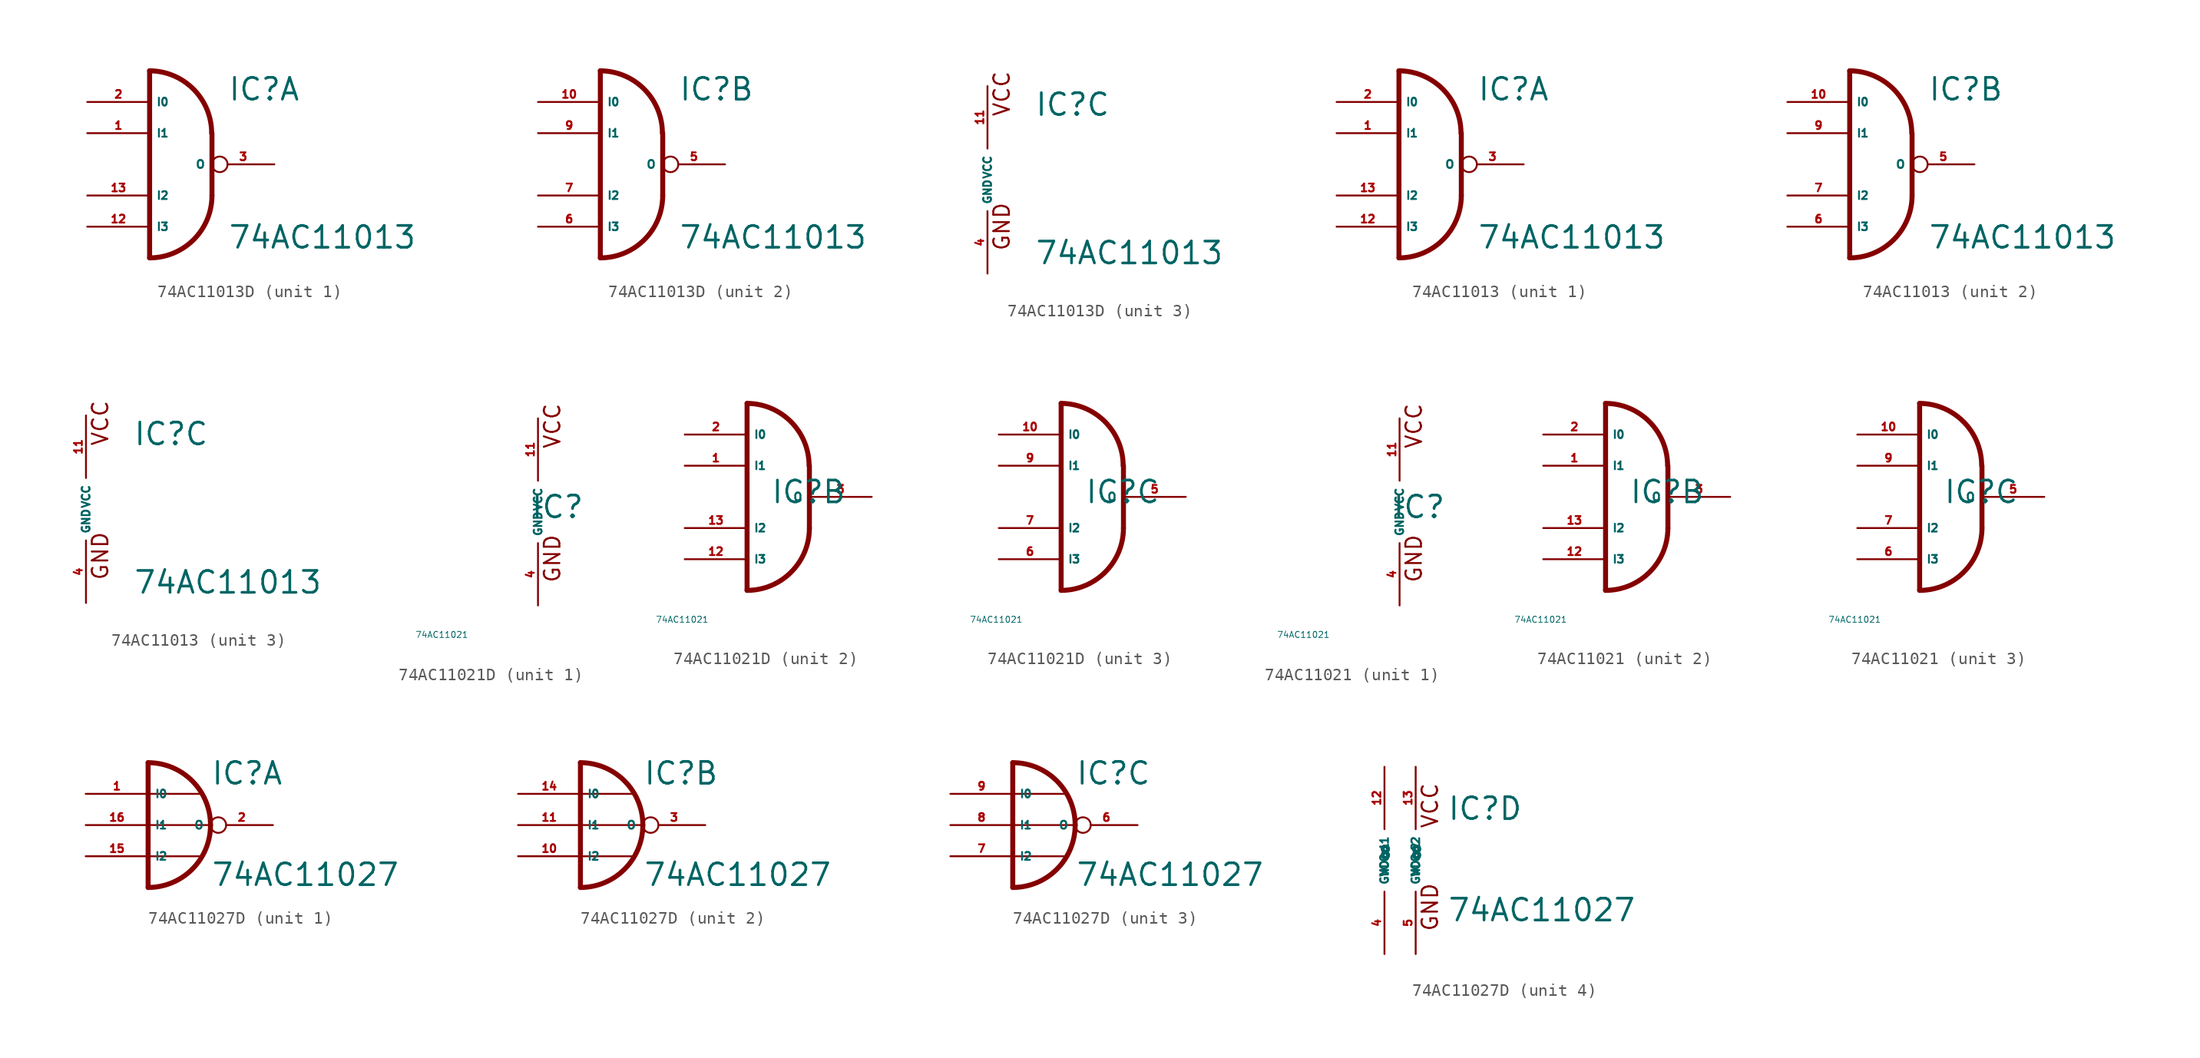
<source format=kicad_sym>
(kicad_symbol_lib
  (version 20220914)
  (generator Eagle2Kicad)
  (symbol "74AC11013D"
    (property "Reference" "IC"
      (at 3.81 5.08 0)
      (effects (font (size 1.778 1.778) (thickness 0.22)) (justify left bottom)))
    (property "Value" "74AC11013"
      (at 3.81 -6.985 0)
      (effects (font (size 1.778 1.778) (thickness 0.22)) (justify left bottom)))
    (symbol "74AC11013D_1_0"
      (polyline (pts (xy -2.54 7.62) (xy -2.54 -7.62)) (stroke (width 0.406) (type default)) (fill (type none)))
      (arc (start 2.5148 2.54) (mid 1.036 6.123) (end -2.54 7.62) (stroke (width 0.4064) (type default)) (fill (type none)))
      (arc (start -2.54 -7.62) (mid 1.052 -6.132) (end 2.54 -2.54) (stroke (width 0.4064) (type default)) (fill (type none)))
      (polyline (pts (xy 2.54 -2.54) (xy 2.54 2.54)) (stroke (width 0.406) (type default)) (fill (type none)))
      (pin input line (at -7.62 2.54 0) (length 5.08) (name "I1" (effects (font (size 0.635 0.635) (thickness 0.08)) (justify left bottom))) (number "1" (effects (font (size 0.635 0.635) (thickness 0.08)) (justify left bottom))))
      (pin input line (at -7.62 5.08 0) (length 5.08) (name "I0" (effects (font (size 0.635 0.635) (thickness 0.08)) (justify left bottom))) (number "2" (effects (font (size 0.635 0.635) (thickness 0.08)) (justify left bottom))))
      (pin output inverted (at 7.62 0 180) (length 5.08) (name "O" (effects (font (size 0.635 0.635) (thickness 0.08)) (justify left bottom))) (number "3" (effects (font (size 0.635 0.635) (thickness 0.08)) (justify left bottom))))
      (pin input line (at -7.62 -5.08 0) (length 5.08) (name "I3" (effects (font (size 0.635 0.635) (thickness 0.08)) (justify left bottom))) (number "12" (effects (font (size 0.635 0.635) (thickness 0.08)) (justify left bottom))))
      (pin input line (at -7.62 -2.54 0) (length 5.08) (name "I2" (effects (font (size 0.635 0.635) (thickness 0.08)) (justify left bottom))) (number "13" (effects (font (size 0.635 0.635) (thickness 0.08)) (justify left bottom)))))
    (symbol "74AC11013D_2_0"
      (polyline (pts (xy -2.54 7.62) (xy -2.54 -7.62)) (stroke (width 0.406) (type default)) (fill (type none)))
      (arc (start 2.5148 2.54) (mid 1.036 6.123) (end -2.54 7.62) (stroke (width 0.4064) (type default)) (fill (type none)))
      (arc (start -2.54 -7.62) (mid 1.052 -6.132) (end 2.54 -2.54) (stroke (width 0.4064) (type default)) (fill (type none)))
      (polyline (pts (xy 2.54 -2.54) (xy 2.54 2.54)) (stroke (width 0.406) (type default)) (fill (type none)))
      (pin input line (at -7.62 2.54 0) (length 5.08) (name "I1" (effects (font (size 0.635 0.635) (thickness 0.08)) (justify left bottom))) (number "9" (effects (font (size 0.635 0.635) (thickness 0.08)) (justify left bottom))))
      (pin input line (at -7.62 5.08 0) (length 5.08) (name "I0" (effects (font (size 0.635 0.635) (thickness 0.08)) (justify left bottom))) (number "10" (effects (font (size 0.635 0.635) (thickness 0.08)) (justify left bottom))))
      (pin output inverted (at 7.62 0 180) (length 5.08) (name "O" (effects (font (size 0.635 0.635) (thickness 0.08)) (justify left bottom))) (number "5" (effects (font (size 0.635 0.635) (thickness 0.08)) (justify left bottom))))
      (pin input line (at -7.62 -5.08 0) (length 5.08) (name "I3" (effects (font (size 0.635 0.635) (thickness 0.08)) (justify left bottom))) (number "6" (effects (font (size 0.635 0.635) (thickness 0.08)) (justify left bottom))))
      (pin input line (at -7.62 -2.54 0) (length 5.08) (name "I2" (effects (font (size 0.635 0.635) (thickness 0.08)) (justify left bottom))) (number "7" (effects (font (size 0.635 0.635) (thickness 0.08)) (justify left bottom)))))
    (symbol "74AC11013D_3_0"
      (text "GND" (at 1.905 -5.842 900) (effects (font (size 1.27 1.27) (thickness 0.16)) (justify left bottom)))
      (text "VCC" (at 1.905 5.08 900) (effects (font (size 1.27 1.27) (thickness 0.16)) (justify left bottom)))
      (pin unspecified line (at 0 -7.62 90) (length 5.08) (name "GND" (effects (font (size 0.635 0.635) (thickness 0.08)) (justify left bottom))) (number "4" (effects (font (size 0.635 0.635) (thickness 0.08)) (justify left bottom))))
      (pin unspecified line (at 0 7.62 270) (length 5.08) (name "VCC" (effects (font (size 0.635 0.635) (thickness 0.08)) (justify left bottom))) (number "11" (effects (font (size 0.635 0.635) (thickness 0.08)) (justify left bottom))))))
  (symbol "74AC11013"
    (property "Reference" "IC"
      (at 3.81 5.08 0)
      (effects (font (size 1.778 1.778) (thickness 0.22)) (justify left bottom)))
    (property "Value" "74AC11013"
      (at 3.81 -6.985 0)
      (effects (font (size 1.778 1.778) (thickness 0.22)) (justify left bottom)))
    (symbol "74AC11013_1_0"
      (polyline (pts (xy -2.54 7.62) (xy -2.54 -7.62)) (stroke (width 0.406) (type default)) (fill (type none)))
      (arc (start 2.5148 2.54) (mid 1.036 6.123) (end -2.54 7.62) (stroke (width 0.4064) (type default)) (fill (type none)))
      (arc (start -2.54 -7.62) (mid 1.052 -6.132) (end 2.54 -2.54) (stroke (width 0.4064) (type default)) (fill (type none)))
      (polyline (pts (xy 2.54 -2.54) (xy 2.54 2.54)) (stroke (width 0.406) (type default)) (fill (type none)))
      (pin input line (at -7.62 2.54 0) (length 5.08) (name "I1" (effects (font (size 0.635 0.635) (thickness 0.08)) (justify left bottom))) (number "1" (effects (font (size 0.635 0.635) (thickness 0.08)) (justify left bottom))))
      (pin input line (at -7.62 5.08 0) (length 5.08) (name "I0" (effects (font (size 0.635 0.635) (thickness 0.08)) (justify left bottom))) (number "2" (effects (font (size 0.635 0.635) (thickness 0.08)) (justify left bottom))))
      (pin output inverted (at 7.62 0 180) (length 5.08) (name "O" (effects (font (size 0.635 0.635) (thickness 0.08)) (justify left bottom))) (number "3" (effects (font (size 0.635 0.635) (thickness 0.08)) (justify left bottom))))
      (pin input line (at -7.62 -5.08 0) (length 5.08) (name "I3" (effects (font (size 0.635 0.635) (thickness 0.08)) (justify left bottom))) (number "12" (effects (font (size 0.635 0.635) (thickness 0.08)) (justify left bottom))))
      (pin input line (at -7.62 -2.54 0) (length 5.08) (name "I2" (effects (font (size 0.635 0.635) (thickness 0.08)) (justify left bottom))) (number "13" (effects (font (size 0.635 0.635) (thickness 0.08)) (justify left bottom)))))
    (symbol "74AC11013_2_0"
      (polyline (pts (xy -2.54 7.62) (xy -2.54 -7.62)) (stroke (width 0.406) (type default)) (fill (type none)))
      (arc (start 2.5148 2.54) (mid 1.036 6.123) (end -2.54 7.62) (stroke (width 0.4064) (type default)) (fill (type none)))
      (arc (start -2.54 -7.62) (mid 1.052 -6.132) (end 2.54 -2.54) (stroke (width 0.4064) (type default)) (fill (type none)))
      (polyline (pts (xy 2.54 -2.54) (xy 2.54 2.54)) (stroke (width 0.406) (type default)) (fill (type none)))
      (pin input line (at -7.62 2.54 0) (length 5.08) (name "I1" (effects (font (size 0.635 0.635) (thickness 0.08)) (justify left bottom))) (number "9" (effects (font (size 0.635 0.635) (thickness 0.08)) (justify left bottom))))
      (pin input line (at -7.62 5.08 0) (length 5.08) (name "I0" (effects (font (size 0.635 0.635) (thickness 0.08)) (justify left bottom))) (number "10" (effects (font (size 0.635 0.635) (thickness 0.08)) (justify left bottom))))
      (pin output inverted (at 7.62 0 180) (length 5.08) (name "O" (effects (font (size 0.635 0.635) (thickness 0.08)) (justify left bottom))) (number "5" (effects (font (size 0.635 0.635) (thickness 0.08)) (justify left bottom))))
      (pin input line (at -7.62 -5.08 0) (length 5.08) (name "I3" (effects (font (size 0.635 0.635) (thickness 0.08)) (justify left bottom))) (number "6" (effects (font (size 0.635 0.635) (thickness 0.08)) (justify left bottom))))
      (pin input line (at -7.62 -2.54 0) (length 5.08) (name "I2" (effects (font (size 0.635 0.635) (thickness 0.08)) (justify left bottom))) (number "7" (effects (font (size 0.635 0.635) (thickness 0.08)) (justify left bottom)))))
    (symbol "74AC11013_3_0"
      (text "GND" (at 1.905 -5.842 900) (effects (font (size 1.27 1.27) (thickness 0.16)) (justify left bottom)))
      (text "VCC" (at 1.905 5.08 900) (effects (font (size 1.27 1.27) (thickness 0.16)) (justify left bottom)))
      (pin unspecified line (at 0 -7.62 90) (length 5.08) (name "GND" (effects (font (size 0.635 0.635) (thickness 0.08)) (justify left bottom))) (number "4" (effects (font (size 0.635 0.635) (thickness 0.08)) (justify left bottom))))
      (pin unspecified line (at 0 7.62 270) (length 5.08) (name "VCC" (effects (font (size 0.635 0.635) (thickness 0.08)) (justify left bottom))) (number "11" (effects (font (size 0.635 0.635) (thickness 0.08)) (justify left bottom))))))
  (symbol "74AC11021D"
    (property "Reference" "IC"
      (at -0.635 -0.635 0)
      (effects (font (size 1.778 1.778) (thickness 0.22)) (justify left bottom)))
    (property "Value" "74AC11021"
      (at -10 -10 0)
      (effects (font (size 0.5 0.5) (thickness 0.06)) (justify left)))
    (symbol "74AC11021D_1_0"
      (text "GND" (at 1.905 -5.842 900) (effects (font (size 1.27 1.27) (thickness 0.16)) (justify left bottom)))
      (text "VCC" (at 1.905 5.08 900) (effects (font (size 1.27 1.27) (thickness 0.16)) (justify left bottom)))
      (pin unspecified line (at 0 -7.62 90) (length 5.08) (name "GND" (effects (font (size 0.635 0.635) (thickness 0.08)) (justify left bottom))) (number "4" (effects (font (size 0.635 0.635) (thickness 0.08)) (justify left bottom))))
      (pin unspecified line (at 0 7.62 270) (length 5.08) (name "VCC" (effects (font (size 0.635 0.635) (thickness 0.08)) (justify left bottom))) (number "11" (effects (font (size 0.635 0.635) (thickness 0.08)) (justify left bottom)))))
    (symbol "74AC11021D_2_0"
      (polyline (pts (xy -2.54 7.62) (xy -2.54 -7.62)) (stroke (width 0.406) (type default)) (fill (type none)))
      (arc (start 2.5148 2.54) (mid 1.036 6.123) (end -2.54 7.62) (stroke (width 0.4064) (type default)) (fill (type none)))
      (arc (start -2.54 -7.62) (mid 1.052 -6.132) (end 2.54 -2.54) (stroke (width 0.4064) (type default)) (fill (type none)))
      (polyline (pts (xy 2.54 -2.54) (xy 2.54 2.54)) (stroke (width 0.406) (type default)) (fill (type none)))
      (pin input line (at -7.62 2.54 0) (length 5.08) (name "I1" (effects (font (size 0.635 0.635) (thickness 0.08)) (justify left bottom))) (number "1" (effects (font (size 0.635 0.635) (thickness 0.08)) (justify left bottom))))
      (pin input line (at -7.62 5.08 0) (length 5.08) (name "I0" (effects (font (size 0.635 0.635) (thickness 0.08)) (justify left bottom))) (number "2" (effects (font (size 0.635 0.635) (thickness 0.08)) (justify left bottom))))
      (pin output line (at 7.62 0 180) (length 5.08) (name "O" (effects (font (size 0.635 0.635) (thickness 0.08)) (justify left bottom))) (number "3" (effects (font (size 0.635 0.635) (thickness 0.08)) (justify left bottom))))
      (pin input line (at -7.62 -5.08 0) (length 5.08) (name "I3" (effects (font (size 0.635 0.635) (thickness 0.08)) (justify left bottom))) (number "12" (effects (font (size 0.635 0.635) (thickness 0.08)) (justify left bottom))))
      (pin input line (at -7.62 -2.54 0) (length 5.08) (name "I2" (effects (font (size 0.635 0.635) (thickness 0.08)) (justify left bottom))) (number "13" (effects (font (size 0.635 0.635) (thickness 0.08)) (justify left bottom)))))
    (symbol "74AC11021D_3_0"
      (polyline (pts (xy -2.54 7.62) (xy -2.54 -7.62)) (stroke (width 0.406) (type default)) (fill (type none)))
      (arc (start 2.5148 2.54) (mid 1.036 6.123) (end -2.54 7.62) (stroke (width 0.4064) (type default)) (fill (type none)))
      (arc (start -2.54 -7.62) (mid 1.052 -6.132) (end 2.54 -2.54) (stroke (width 0.4064) (type default)) (fill (type none)))
      (polyline (pts (xy 2.54 -2.54) (xy 2.54 2.54)) (stroke (width 0.406) (type default)) (fill (type none)))
      (pin input line (at -7.62 2.54 0) (length 5.08) (name "I1" (effects (font (size 0.635 0.635) (thickness 0.08)) (justify left bottom))) (number "9" (effects (font (size 0.635 0.635) (thickness 0.08)) (justify left bottom))))
      (pin input line (at -7.62 5.08 0) (length 5.08) (name "I0" (effects (font (size 0.635 0.635) (thickness 0.08)) (justify left bottom))) (number "10" (effects (font (size 0.635 0.635) (thickness 0.08)) (justify left bottom))))
      (pin output line (at 7.62 0 180) (length 5.08) (name "O" (effects (font (size 0.635 0.635) (thickness 0.08)) (justify left bottom))) (number "5" (effects (font (size 0.635 0.635) (thickness 0.08)) (justify left bottom))))
      (pin input line (at -7.62 -5.08 0) (length 5.08) (name "I3" (effects (font (size 0.635 0.635) (thickness 0.08)) (justify left bottom))) (number "6" (effects (font (size 0.635 0.635) (thickness 0.08)) (justify left bottom))))
      (pin input line (at -7.62 -2.54 0) (length 5.08) (name "I2" (effects (font (size 0.635 0.635) (thickness 0.08)) (justify left bottom))) (number "7" (effects (font (size 0.635 0.635) (thickness 0.08)) (justify left bottom))))))
  (symbol "74AC11021"
    (property "Reference" "IC"
      (at -0.635 -0.635 0)
      (effects (font (size 1.778 1.778) (thickness 0.22)) (justify left bottom)))
    (property "Value" "74AC11021"
      (at -10 -10 0)
      (effects (font (size 0.5 0.5) (thickness 0.06)) (justify left)))
    (symbol "74AC11021_1_0"
      (text "GND" (at 1.905 -5.842 900) (effects (font (size 1.27 1.27) (thickness 0.16)) (justify left bottom)))
      (text "VCC" (at 1.905 5.08 900) (effects (font (size 1.27 1.27) (thickness 0.16)) (justify left bottom)))
      (pin unspecified line (at 0 -7.62 90) (length 5.08) (name "GND" (effects (font (size 0.635 0.635) (thickness 0.08)) (justify left bottom))) (number "4" (effects (font (size 0.635 0.635) (thickness 0.08)) (justify left bottom))))
      (pin unspecified line (at 0 7.62 270) (length 5.08) (name "VCC" (effects (font (size 0.635 0.635) (thickness 0.08)) (justify left bottom))) (number "11" (effects (font (size 0.635 0.635) (thickness 0.08)) (justify left bottom)))))
    (symbol "74AC11021_2_0"
      (polyline (pts (xy -2.54 7.62) (xy -2.54 -7.62)) (stroke (width 0.406) (type default)) (fill (type none)))
      (arc (start 2.5148 2.54) (mid 1.036 6.123) (end -2.54 7.62) (stroke (width 0.4064) (type default)) (fill (type none)))
      (arc (start -2.54 -7.62) (mid 1.052 -6.132) (end 2.54 -2.54) (stroke (width 0.4064) (type default)) (fill (type none)))
      (polyline (pts (xy 2.54 -2.54) (xy 2.54 2.54)) (stroke (width 0.406) (type default)) (fill (type none)))
      (pin input line (at -7.62 2.54 0) (length 5.08) (name "I1" (effects (font (size 0.635 0.635) (thickness 0.08)) (justify left bottom))) (number "1" (effects (font (size 0.635 0.635) (thickness 0.08)) (justify left bottom))))
      (pin input line (at -7.62 5.08 0) (length 5.08) (name "I0" (effects (font (size 0.635 0.635) (thickness 0.08)) (justify left bottom))) (number "2" (effects (font (size 0.635 0.635) (thickness 0.08)) (justify left bottom))))
      (pin output line (at 7.62 0 180) (length 5.08) (name "O" (effects (font (size 0.635 0.635) (thickness 0.08)) (justify left bottom))) (number "3" (effects (font (size 0.635 0.635) (thickness 0.08)) (justify left bottom))))
      (pin input line (at -7.62 -5.08 0) (length 5.08) (name "I3" (effects (font (size 0.635 0.635) (thickness 0.08)) (justify left bottom))) (number "12" (effects (font (size 0.635 0.635) (thickness 0.08)) (justify left bottom))))
      (pin input line (at -7.62 -2.54 0) (length 5.08) (name "I2" (effects (font (size 0.635 0.635) (thickness 0.08)) (justify left bottom))) (number "13" (effects (font (size 0.635 0.635) (thickness 0.08)) (justify left bottom)))))
    (symbol "74AC11021_3_0"
      (polyline (pts (xy -2.54 7.62) (xy -2.54 -7.62)) (stroke (width 0.406) (type default)) (fill (type none)))
      (arc (start 2.5148 2.54) (mid 1.036 6.123) (end -2.54 7.62) (stroke (width 0.4064) (type default)) (fill (type none)))
      (arc (start -2.54 -7.62) (mid 1.052 -6.132) (end 2.54 -2.54) (stroke (width 0.4064) (type default)) (fill (type none)))
      (polyline (pts (xy 2.54 -2.54) (xy 2.54 2.54)) (stroke (width 0.406) (type default)) (fill (type none)))
      (pin input line (at -7.62 2.54 0) (length 5.08) (name "I1" (effects (font (size 0.635 0.635) (thickness 0.08)) (justify left bottom))) (number "9" (effects (font (size 0.635 0.635) (thickness 0.08)) (justify left bottom))))
      (pin input line (at -7.62 5.08 0) (length 5.08) (name "I0" (effects (font (size 0.635 0.635) (thickness 0.08)) (justify left bottom))) (number "10" (effects (font (size 0.635 0.635) (thickness 0.08)) (justify left bottom))))
      (pin output line (at 7.62 0 180) (length 5.08) (name "O" (effects (font (size 0.635 0.635) (thickness 0.08)) (justify left bottom))) (number "5" (effects (font (size 0.635 0.635) (thickness 0.08)) (justify left bottom))))
      (pin input line (at -7.62 -5.08 0) (length 5.08) (name "I3" (effects (font (size 0.635 0.635) (thickness 0.08)) (justify left bottom))) (number "6" (effects (font (size 0.635 0.635) (thickness 0.08)) (justify left bottom))))
      (pin input line (at -7.62 -2.54 0) (length 5.08) (name "I2" (effects (font (size 0.635 0.635) (thickness 0.08)) (justify left bottom))) (number "7" (effects (font (size 0.635 0.635) (thickness 0.08)) (justify left bottom))))))
  (symbol "74AC11027D"
    (property "Reference" "IC"
      (at 2.54 3.175 0)
      (effects (font (size 1.778 1.778) (thickness 0.22)) (justify left bottom)))
    (property "Value" "74AC11027"
      (at 2.54 -5.08 0)
      (effects (font (size 1.778 1.778) (thickness 0.22)) (justify left bottom)))
    (symbol "74AC11027D_1_0"
      (arc (start 2.54 0) (mid 1.052 3.592) (end -2.54 5.08) (stroke (width 0.4064) (type default)) (fill (type none)))
      (arc (start -2.54 -5.08) (mid 1.052 -3.592) (end 2.54 0) (stroke (width 0.4064) (type default)) (fill (type none)))
      (polyline (pts (xy -2.54 2.54) (xy 1.905 2.54)) (stroke (width 0.152) (type default)) (fill (type none)))
      (polyline (pts (xy -2.54 -2.54) (xy 1.905 -2.54)) (stroke (width 0.152) (type default)) (fill (type none)))
      (polyline (pts (xy -2.54 0) (xy 2.54 0)) (stroke (width 0.152) (type default)) (fill (type none)))
      (polyline (pts (xy 2.54 -0.635) (xy 2.54 0)) (stroke (width 0.152) (type default)) (fill (type none)))
      (polyline (pts (xy -2.54 5.08) (xy -2.54 -5.08)) (stroke (width 0.406) (type default)) (fill (type none)))
      (pin input line (at -7.62 2.54 0) (length 5.08) (name "I0" (effects (font (size 0.635 0.635) (thickness 0.08)) (justify left bottom))) (number "1" (effects (font (size 0.635 0.635) (thickness 0.08)) (justify left bottom))))
      (pin output inverted (at 7.62 0 180) (length 5.08) (name "O" (effects (font (size 0.635 0.635) (thickness 0.08)) (justify left bottom))) (number "2" (effects (font (size 0.635 0.635) (thickness 0.08)) (justify left bottom))))
      (pin input line (at -7.62 -2.54 0) (length 5.08) (name "I2" (effects (font (size 0.635 0.635) (thickness 0.08)) (justify left bottom))) (number "15" (effects (font (size 0.635 0.635) (thickness 0.08)) (justify left bottom))))
      (pin input line (at -7.62 0 0) (length 5.08) (name "I1" (effects (font (size 0.635 0.635) (thickness 0.08)) (justify left bottom))) (number "16" (effects (font (size 0.635 0.635) (thickness 0.08)) (justify left bottom)))))
    (symbol "74AC11027D_2_0"
      (arc (start 2.54 0) (mid 1.052 3.592) (end -2.54 5.08) (stroke (width 0.4064) (type default)) (fill (type none)))
      (arc (start -2.54 -5.08) (mid 1.052 -3.592) (end 2.54 0) (stroke (width 0.4064) (type default)) (fill (type none)))
      (polyline (pts (xy -2.54 2.54) (xy 1.905 2.54)) (stroke (width 0.152) (type default)) (fill (type none)))
      (polyline (pts (xy -2.54 -2.54) (xy 1.905 -2.54)) (stroke (width 0.152) (type default)) (fill (type none)))
      (polyline (pts (xy -2.54 0) (xy 2.54 0)) (stroke (width 0.152) (type default)) (fill (type none)))
      (polyline (pts (xy 2.54 -0.635) (xy 2.54 0)) (stroke (width 0.152) (type default)) (fill (type none)))
      (polyline (pts (xy -2.54 5.08) (xy -2.54 -5.08)) (stroke (width 0.406) (type default)) (fill (type none)))
      (pin input line (at -7.62 2.54 0) (length 5.08) (name "I0" (effects (font (size 0.635 0.635) (thickness 0.08)) (justify left bottom))) (number "14" (effects (font (size 0.635 0.635) (thickness 0.08)) (justify left bottom))))
      (pin output inverted (at 7.62 0 180) (length 5.08) (name "O" (effects (font (size 0.635 0.635) (thickness 0.08)) (justify left bottom))) (number "3" (effects (font (size 0.635 0.635) (thickness 0.08)) (justify left bottom))))
      (pin input line (at -7.62 -2.54 0) (length 5.08) (name "I2" (effects (font (size 0.635 0.635) (thickness 0.08)) (justify left bottom))) (number "10" (effects (font (size 0.635 0.635) (thickness 0.08)) (justify left bottom))))
      (pin input line (at -7.62 0 0) (length 5.08) (name "I1" (effects (font (size 0.635 0.635) (thickness 0.08)) (justify left bottom))) (number "11" (effects (font (size 0.635 0.635) (thickness 0.08)) (justify left bottom)))))
    (symbol "74AC11027D_3_0"
      (arc (start 2.54 0) (mid 1.052 3.592) (end -2.54 5.08) (stroke (width 0.4064) (type default)) (fill (type none)))
      (arc (start -2.54 -5.08) (mid 1.052 -3.592) (end 2.54 0) (stroke (width 0.4064) (type default)) (fill (type none)))
      (polyline (pts (xy -2.54 2.54) (xy 1.905 2.54)) (stroke (width 0.152) (type default)) (fill (type none)))
      (polyline (pts (xy -2.54 -2.54) (xy 1.905 -2.54)) (stroke (width 0.152) (type default)) (fill (type none)))
      (polyline (pts (xy -2.54 0) (xy 2.54 0)) (stroke (width 0.152) (type default)) (fill (type none)))
      (polyline (pts (xy 2.54 -0.635) (xy 2.54 0)) (stroke (width 0.152) (type default)) (fill (type none)))
      (polyline (pts (xy -2.54 5.08) (xy -2.54 -5.08)) (stroke (width 0.406) (type default)) (fill (type none)))
      (pin input line (at -7.62 2.54 0) (length 5.08) (name "I0" (effects (font (size 0.635 0.635) (thickness 0.08)) (justify left bottom))) (number "9" (effects (font (size 0.635 0.635) (thickness 0.08)) (justify left bottom))))
      (pin output inverted (at 7.62 0 180) (length 5.08) (name "O" (effects (font (size 0.635 0.635) (thickness 0.08)) (justify left bottom))) (number "6" (effects (font (size 0.635 0.635) (thickness 0.08)) (justify left bottom))))
      (pin input line (at -7.62 -2.54 0) (length 5.08) (name "I2" (effects (font (size 0.635 0.635) (thickness 0.08)) (justify left bottom))) (number "7" (effects (font (size 0.635 0.635) (thickness 0.08)) (justify left bottom))))
      (pin input line (at -7.62 0 0) (length 5.08) (name "I1" (effects (font (size 0.635 0.635) (thickness 0.08)) (justify left bottom))) (number "8" (effects (font (size 0.635 0.635) (thickness 0.08)) (justify left bottom)))))
    (symbol "74AC11027D_4_0"
      (text "VCC" (at 1.905 2.54 900) (effects (font (size 1.27 1.27) (thickness 0.16)) (justify left bottom)))
      (text "GND" (at 1.905 -5.842 900) (effects (font (size 1.27 1.27) (thickness 0.16)) (justify left bottom)))
      (pin unspecified line (at -2.54 -7.62 90) (length 5.08) (name "GND@1" (effects (font (size 0.635 0.635) (thickness 0.08)) (justify left bottom))) (number "4" (effects (font (size 0.635 0.635) (thickness 0.08)) (justify left bottom))))
      (pin unspecified line (at 0 -7.62 90) (length 5.08) (name "GND@2" (effects (font (size 0.635 0.635) (thickness 0.08)) (justify left bottom))) (number "5" (effects (font (size 0.635 0.635) (thickness 0.08)) (justify left bottom))))
      (pin unspecified line (at -2.54 7.62 270) (length 5.08) (name "VCC@1" (effects (font (size 0.635 0.635) (thickness 0.08)) (justify left bottom))) (number "12" (effects (font (size 0.635 0.635) (thickness 0.08)) (justify left bottom))))
      (pin unspecified line (at 0 7.62 270) (length 5.08) (name "VCC@2" (effects (font (size 0.635 0.635) (thickness 0.08)) (justify left bottom))) (number "13" (effects (font (size 0.635 0.635) (thickness 0.08)) (justify left bottom)))))))
</source>
